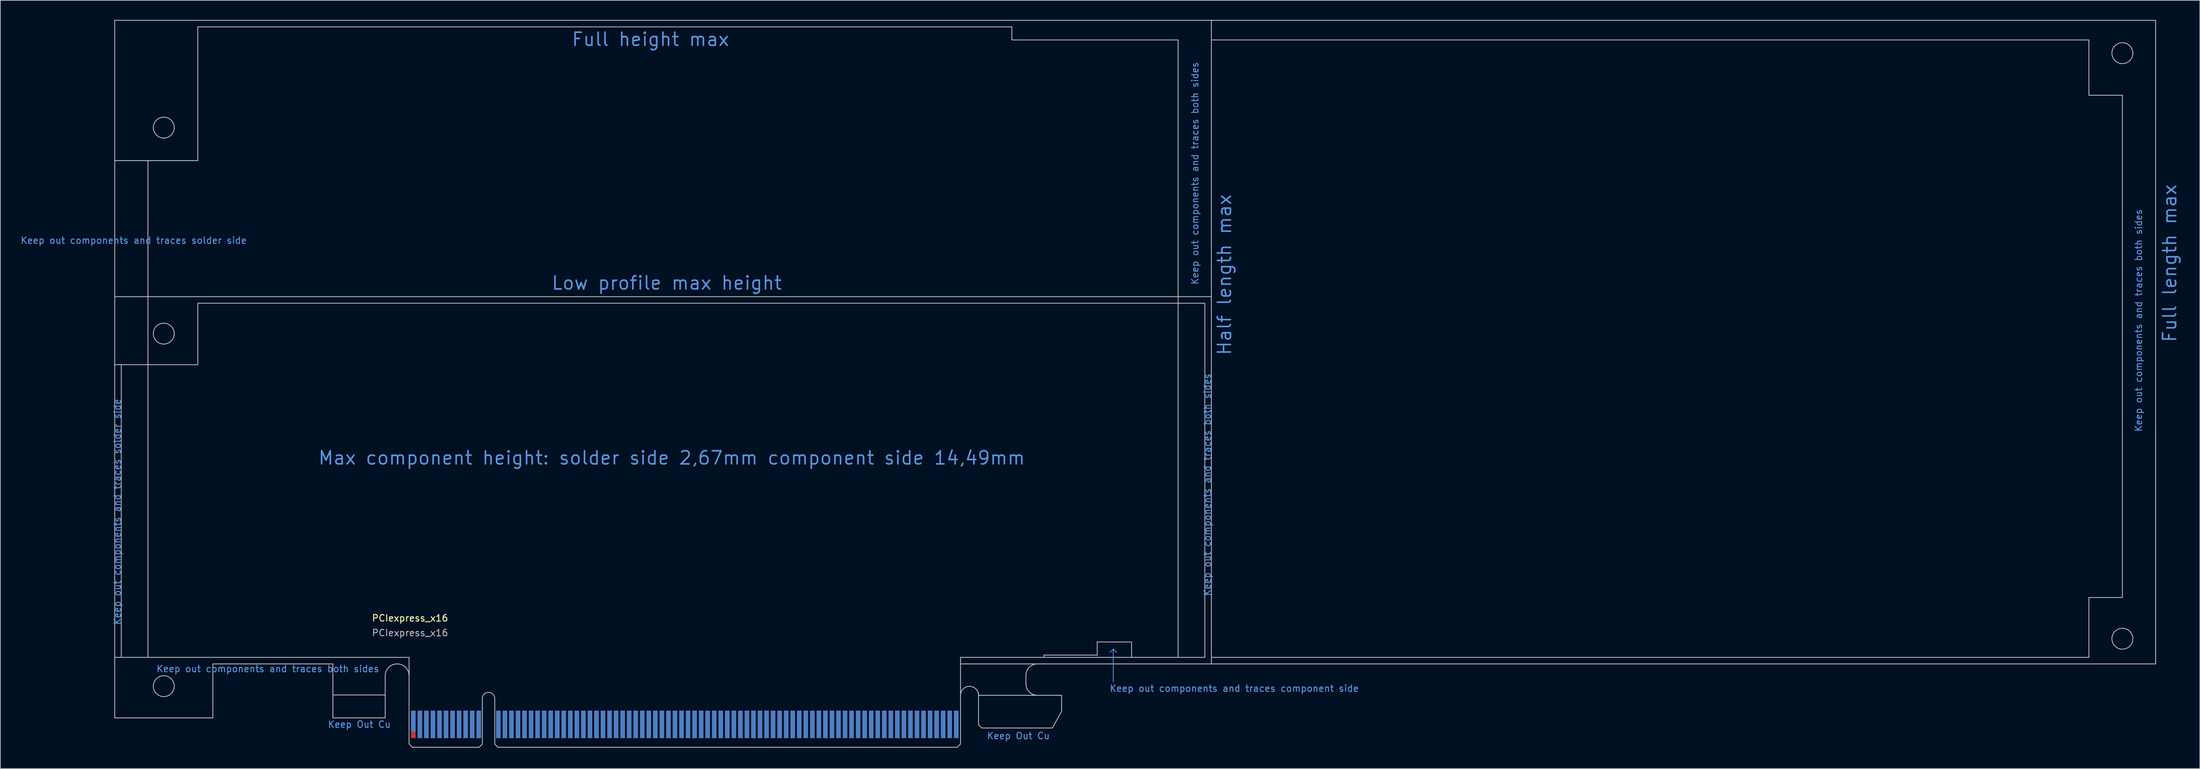
<source format=kicad_pcb>
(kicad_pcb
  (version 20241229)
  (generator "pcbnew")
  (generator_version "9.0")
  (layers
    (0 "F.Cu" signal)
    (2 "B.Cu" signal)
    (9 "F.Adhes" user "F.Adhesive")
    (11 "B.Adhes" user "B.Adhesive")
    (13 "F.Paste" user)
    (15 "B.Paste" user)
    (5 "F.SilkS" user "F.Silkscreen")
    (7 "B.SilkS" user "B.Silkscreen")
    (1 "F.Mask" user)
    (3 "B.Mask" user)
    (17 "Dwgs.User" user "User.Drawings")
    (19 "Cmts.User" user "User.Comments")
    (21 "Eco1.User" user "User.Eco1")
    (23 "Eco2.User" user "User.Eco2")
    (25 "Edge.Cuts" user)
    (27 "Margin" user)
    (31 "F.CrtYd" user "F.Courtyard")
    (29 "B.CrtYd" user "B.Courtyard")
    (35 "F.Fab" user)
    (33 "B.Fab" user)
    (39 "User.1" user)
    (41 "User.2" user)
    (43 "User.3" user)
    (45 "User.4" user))
  (footprint "PCIexpress_x16"
    (layer "F.Cu")
    (at 59.637 111.21)
    (property "Reference" "PCIexpress_x16" (at 0 -19.75 0) (layer "F.SilkS") (effects (font (size 1 1) (thickness 0.15))))
    (attr exclude_from_pos_files exclude_from_bom allow_soldermask_bridges)
    (fp_poly (pts (xy -11.8 -4.5) (xy -11.8 -8) (xy -3.8 -8) (xy -3.8 -4.5)) (stroke (width 0) (type solid)) (fill yes) (layer "F.Mask"))
    (fp_poly (pts (xy -0.25 -5.5) (xy 84.25 -5.5) (xy 84.25 0) (xy -0.25 0)) (stroke (width 0.2) (type solid)) (fill yes) (layer "F.Mask"))
    (fp_poly (pts (xy 86.9 -7.95) (xy 99.6 -7.95) (xy 99.6 -5.5) (xy 98.2 -2.95) (xy 87.4 -2.95) (xy 86.9 -3.45)) (stroke (width 0) (type solid)) (fill yes) (layer "F.Mask"))
    (fp_poly (pts (xy -11.8 -4.5) (xy -11.8 -8) (xy -3.8 -8) (xy -3.8 -4.5)) (stroke (width 0) (type solid)) (fill yes) (layer "B.Mask"))
    (fp_poly (pts (xy -0.25 -5.5) (xy 84.25 -5.5) (xy 84.25 0) (xy -0.25 0)) (stroke (width 0.2) (type solid)) (fill yes) (layer "B.Mask"))
    (fp_poly (pts (xy 86.9 -7.95) (xy 99.6 -7.95) (xy 99.6 -5.5) (xy 98.2 -2.95) (xy 87.4 -2.95) (xy 86.9 -3.45)) (stroke (width 0) (type solid)) (fill yes) (layer "B.Mask"))
    (fp_line (start -45.15 -111.15) (end -45.15 -4.5) (stroke (width 0.12) (type solid)) (layer "Dwgs.User"))
    (fp_line (start -45.15 -111.15) (end 122.5 -111.15) (stroke (width 0.12) (type solid)) (layer "Dwgs.User"))
    (fp_line (start -45.15 -89.7) (end -32.45 -89.7) (stroke (width 0.12) (type solid)) (layer "Dwgs.User"))
    (fp_line (start -45.15 -68.9) (end 122.5 -68.9) (stroke (width 0.12) (type solid)) (layer "Dwgs.User"))
    (fp_line (start -45.15 -58.5) (end -32.45 -58.5) (stroke (width 0.12) (type solid)) (layer "Dwgs.User"))
    (fp_line (start -44.15 -58.5) (end -44.15 -13.75) (stroke (width 0.12) (type solid)) (layer "Dwgs.User"))
    (fp_line (start -40.07 -13.75) (end -40.07 -89.7) (stroke (width 0.12) (type solid)) (layer "Dwgs.User"))
    (fp_line (start -32.45 -110.15) (end -32.45 -89.7) (stroke (width 0.12) (type solid)) (layer "Dwgs.User"))
    (fp_line (start -32.45 -110.15) (end 92 -110.15) (stroke (width 0.12) (type solid)) (layer "Dwgs.User"))
    (fp_line (start -32.45 -67.9) (end 121.5 -67.9) (stroke (width 0.12) (type solid)) (layer "Dwgs.User"))
    (fp_line (start -32.45 -58.5) (end -32.45 -67.9) (stroke (width 0.12) (type solid)) (layer "Dwgs.User"))
    (fp_line (start -30.15 -12.75) (end -11.8 -12.75) (stroke (width 0.12) (type solid)) (layer "Dwgs.User"))
    (fp_line (start -30.15 -4.5) (end -45.15 -4.5) (stroke (width 0.12) (type solid)) (layer "Dwgs.User"))
    (fp_line (start -30.15 -4.5) (end -30.15 -12.75) (stroke (width 0.12) (type solid)) (layer "Dwgs.User"))
    (fp_line (start -11.8 -8) (end -3.8 -8) (stroke (width 0.12) (type solid)) (layer "Dwgs.User"))
    (fp_line (start -11.8 -4.5) (end -11.8 -12.75) (stroke (width 0.12) (type solid)) (layer "Dwgs.User"))
    (fp_line (start -11.8 -4.5) (end -3.8 -4.5) (stroke (width 0.12) (type solid)) (layer "Dwgs.User"))
    (fp_line (start -3.8 -4.5) (end -3.8 -10.925) (stroke (width 0.12) (type solid)) (layer "Dwgs.User"))
    (fp_line (start -0.15 -13.75) (end -45.15 -13.75) (stroke (width 0.12) (type solid)) (layer "Dwgs.User"))
    (fp_line (start -0.15 -10.925) (end -0.15 -13.75) (stroke (width 0.12) (type solid)) (layer "Dwgs.User"))
    (fp_line (start -0.15 -0.5) (end -0.15 -10.925) (stroke (width 0.12) (type solid)) (layer "Dwgs.User"))
    (fp_line (start -0.15 -0.5) (end 0.35 0) (stroke (width 0.12) (type solid)) (layer "Dwgs.User"))
    (fp_line (start 0.35 0) (end 10.55 0) (stroke (width 0.12) (type solid)) (layer "Dwgs.User"))
    (fp_line (start 11.05 -7.45) (end 11.05 -0.5) (stroke (width 0.12) (type solid)) (layer "Dwgs.User"))
    (fp_line (start 11.05 -0.5) (end 10.55 0) (stroke (width 0.12) (type solid)) (layer "Dwgs.User"))
    (fp_line (start 12.95 -7.45) (end 12.95 -0.5) (stroke (width 0.12) (type solid)) (layer "Dwgs.User"))
    (fp_line (start 12.95 -0.5) (end 13.45 0) (stroke (width 0.12) (type solid)) (layer "Dwgs.User"))
    (fp_line (start 13.45 0) (end 83.65 0) (stroke (width 0.12) (type solid)) (layer "Dwgs.User"))
    (fp_line (start 84.15 -13.75) (end 121.5 -13.75) (stroke (width 0.12) (type solid)) (layer "Dwgs.User"))
    (fp_line (start 84.15 -12.75) (end 84.15 -13.75) (stroke (width 0.12) (type solid)) (layer "Dwgs.User"))
    (fp_line (start 84.15 -12.75) (end 122.503 -12.75) (stroke (width 0.12) (type solid)) (layer "Dwgs.User"))
    (fp_line (start 84.15 -0.5) (end 83.65 0) (stroke (width 0.12) (type solid)) (layer "Dwgs.User"))
    (fp_line (start 84.15 -0.5) (end 84.15 -12.75) (stroke (width 0.12) (type solid)) (layer "Dwgs.User"))
    (fp_line (start 86.9 -3.45) (end 86.9 -7.95) (stroke (width 0.12) (type solid)) (layer "Dwgs.User"))
    (fp_line (start 86.9 -3.45) (end 87.4 -2.95) (stroke (width 0.12) (type solid)) (layer "Dwgs.User"))
    (fp_line (start 87.4 -2.95) (end 98.2 -2.95) (stroke (width 0.12) (type solid)) (layer "Dwgs.User"))
    (fp_line (start 92 -110.15) (end 92 -108.15) (stroke (width 0.12) (type solid)) (layer "Dwgs.User"))
    (fp_line (start 92 -108.15) (end 117.42 -108.15) (stroke (width 0.12) (type solid)) (layer "Dwgs.User"))
    (fp_line (start 94.15 -11) (end 94.15 -9.7) (stroke (width 0.12) (type solid)) (layer "Dwgs.User"))
    (fp_line (start 95.9 -7.95) (end 86.9 -7.95) (stroke (width 0.12) (type solid)) (layer "Dwgs.User"))
    (fp_line (start 95.9 -7.95) (end 99.6 -7.95) (stroke (width 0.12) (type solid)) (layer "Dwgs.User"))
    (fp_line (start 96.9 -14.1) (end 96.9 -13.75) (stroke (width 0.12) (type solid)) (layer "Dwgs.User"))
    (fp_line (start 96.9 -14.1) (end 105.05 -14.1) (stroke (width 0.12) (type solid)) (layer "Dwgs.User"))
    (fp_line (start 98.2 -2.95) (end 99.6 -5.5) (stroke (width 0.12) (type solid)) (layer "Dwgs.User"))
    (fp_line (start 99.6 -5.5) (end 99.6 -7.95) (stroke (width 0.12) (type solid)) (layer "Dwgs.User"))
    (fp_line (start 105.05 -16.1) (end 110.3 -16.1) (stroke (width 0.12) (type solid)) (layer "Dwgs.User"))
    (fp_line (start 105.05 -14.1) (end 105.05 -16.1) (stroke (width 0.12) (type solid)) (layer "Dwgs.User"))
    (fp_line (start 110.3 -16.1) (end 110.3 -13.75) (stroke (width 0.12) (type solid)) (layer "Dwgs.User"))
    (fp_line (start 117.42 -108.15) (end 117.42 -13.75) (stroke (width 0.12) (type solid)) (layer "Dwgs.User"))
    (fp_line (start 121.5 -67.9) (end 121.5 -13.75) (stroke (width 0.12) (type solid)) (layer "Dwgs.User"))
    (fp_line (start 122.5 -111.15) (end 122.5 -12.75) (stroke (width 0.12) (type solid)) (layer "Dwgs.User"))
    (fp_line (start 122.5 -111.15) (end 266.85 -111.15) (stroke (width 0.12) (type solid)) (layer "Dwgs.User"))
    (fp_line (start 122.5 -108.15) (end 256.65 -108.15) (stroke (width 0.12) (type solid)) (layer "Dwgs.User"))
    (fp_line (start 122.5 -13.75) (end 256.65 -13.75) (stroke (width 0.12) (type solid)) (layer "Dwgs.User"))
    (fp_line (start 122.503 -12.75) (end 266.853 -12.75) (stroke (width 0.12) (type solid)) (layer "Dwgs.User"))
    (fp_line (start 256.65 -108.15) (end 256.65 -99.7) (stroke (width 0.12) (type solid)) (layer "Dwgs.User"))
    (fp_line (start 256.65 -99.7) (end 261.77 -99.7) (stroke (width 0.12) (type solid)) (layer "Dwgs.User"))
    (fp_line (start 256.65 -22.9) (end 261.77 -22.9) (stroke (width 0.12) (type solid)) (layer "Dwgs.User"))
    (fp_line (start 256.65 -13.75) (end 256.65 -22.9) (stroke (width 0.12) (type solid)) (layer "Dwgs.User"))
    (fp_line (start 261.77 -99.7) (end 261.77 -22.9) (stroke (width 0.12) (type solid)) (layer "Dwgs.User"))
    (fp_line (start 266.85 -111.15) (end 266.853 -12.75) (stroke (width 0.12) (type solid)) (layer "Dwgs.User"))
    (fp_arc (start -3.8 -10.925) (mid -1.975 -12.75) (end -0.15 -10.925) (stroke (width 0.12) (type solid)) (layer "Dwgs.User"))
    (fp_arc (start 11.05 -7.45) (mid 12 -8.4) (end 12.95 -7.45) (stroke (width 0.12) (type solid)) (layer "Dwgs.User"))
    (fp_arc (start 84.15 -7.95) (mid 85.525 -9.325) (end 86.9 -7.95) (stroke (width 0.12) (type solid)) (layer "Dwgs.User"))
    (fp_arc (start 94.15 -11) (mid 94.662563 -12.237437) (end 95.9 -12.75) (stroke (width 0.12) (type solid)) (layer "Dwgs.User"))
    (fp_arc (start 95.9 -7.95) (mid 94.662563 -8.462563) (end 94.15 -9.7) (stroke (width 0.12) (type solid)) (layer "Dwgs.User"))
    (fp_circle (center -37.65 -94.75) (end -36.05 -94.75) (stroke (width 0.12) (type solid)) (fill no) (layer "Dwgs.User"))
    (fp_circle (center -37.65 -63.25) (end -36.05 -63.25) (stroke (width 0.12) (type solid)) (fill no) (layer "Dwgs.User"))
    (fp_circle (center -37.65 -9.35) (end -36.05 -9.35) (stroke (width 0.12) (type solid)) (fill no) (layer "Dwgs.User"))
    (fp_circle (center 261.77 -106.13) (end 263.37 -106.13) (stroke (width 0.12) (type solid)) (fill no) (layer "Dwgs.User"))
    (fp_circle (center 261.77 -16.6) (end 263.37 -16.6) (stroke (width 0.12) (type solid)) (fill no) (layer "Dwgs.User"))
    (fp_line (start 107.5 -15) (end 107 -14.5) (stroke (width 0.12) (type solid)) (layer "Cmts.User"))
    (fp_line (start 107.5 -15) (end 108 -14.5) (stroke (width 0.12) (type solid)) (layer "Cmts.User"))
    (fp_line (start 107.5 -10) (end 107.5 -15) (stroke (width 0.12) (type solid)) (layer "Cmts.User"))
    (fp_text user "Max component height: solder side 2,67mm component side 14,49mm" (at 40 -44.25 0) (layer "Cmts.User") (effects (font (size 2 2) (thickness 0.25))))
    (fp_text user "Low profile max height" (at 39.25 -71 0) (layer "Cmts.User") (effects (font (size 2 2) (thickness 0.25))))
    (fp_text user "Full height max" (at 36.75 -108.25 0) (layer "Cmts.User") (effects (font (size 2 2) (thickness 0.25))))
    (fp_text user "Keep Out Cu" (at 93 -1.75 0) (layer "Cmts.User") (effects (font (size 1 1) (thickness 0.15))))
    (fp_text user "Full length max" (at 269 -74 90) (layer "Cmts.User") (effects (font (size 2 2) (thickness 0.25))))
    (fp_text user "Keep out components and traces both sides" (at 121.893 -40.135 90) (layer "Cmts.User") (effects (font (size 1 1) (thickness 0.15))))
    (fp_text user "Keep out components and traces component side" (at 126 -9 180) (layer "Cmts.User") (effects (font (size 1 1) (thickness 0.15))))
    (fp_text user "Keep out components and traces solder side" (at -42.25 -77.5 180) (layer "Cmts.User") (effects (font (size 1 1) (thickness 0.15))))
    (fp_text user "Half length max" (at 124.5 -72.25 90) (layer "Cmts.User") (effects (font (size 2 2) (thickness 0.25))))
    (fp_text user "Keep out components and traces solder side" (at -44.75 -36 90) (layer "Cmts.User") (effects (font (size 1 1) (thickness 0.15))))
    (fp_text user "Keep out components and traces both sides" (at 120 -87.75 90) (layer "Cmts.User") (effects (font (size 1 1) (thickness 0.15))))
    (fp_text user "Keep out components and traces both sides" (at 264.25 -65.25 90) (layer "Cmts.User") (effects (font (size 1 1) (thickness 0.15))))
    (fp_text user "Keep out components and traces both sides" (at -21.75 -12 0) (layer "Cmts.User") (effects (font (size 1 1) (thickness 0.15))))
    (fp_text user "Keep Out Cu" (at -7.75 -3.5 0) (layer "Cmts.User") (effects (font (size 1 1) (thickness 0.15))))
    (fp_text user "${REFERENCE}" (at 0 -17.5 0) (layer "F.Fab") (effects (font (size 1 1) (thickness 0.15))))
    (pad "A1" connect rect (at 0.5 -4) (size 0.7 3.2) (layers "B.Cu"))
    (pad "A2" connect rect (at 1.5 -3.5) (size 0.7 4.2) (layers "B.Cu"))
    (pad "A3" connect rect (at 2.5 -3.5) (size 0.7 4.2) (layers "B.Cu"))
    (pad "A4" connect rect (at 3.5 -3.5) (size 0.7 4.2) (layers "B.Cu"))
    (pad "A5" connect rect (at 4.5 -3.5) (size 0.7 4.2) (layers "B.Cu"))
    (pad "A6" connect rect (at 5.5 -3.5) (size 0.7 4.2) (layers "B.Cu"))
    (pad "A7" connect rect (at 6.5 -3.5) (size 0.7 4.2) (layers "B.Cu"))
    (pad "A8" connect rect (at 7.5 -3.5) (size 0.7 4.2) (layers "B.Cu"))
    (pad "A9" connect rect (at 8.5 -3.5) (size 0.7 4.2) (layers "B.Cu"))
    (pad "A10" connect rect (at 9.5 -3.5) (size 0.7 4.2) (layers "B.Cu"))
    (pad "A11" connect rect (at 10.5 -3.5) (size 0.7 4.2) (layers "B.Cu"))
    (pad "A12" connect rect (at 13.5 -3.5) (size 0.7 4.2) (layers "B.Cu"))
    (pad "A13" connect rect (at 14.5 -3.5) (size 0.7 4.2) (layers "B.Cu"))
    (pad "A14" connect rect (at 15.5 -3.5) (size 0.7 4.2) (layers "B.Cu"))
    (pad "A15" connect rect (at 16.5 -3.5) (size 0.7 4.2) (layers "B.Cu"))
    (pad "A16" connect rect (at 17.5 -3.5) (size 0.7 4.2) (layers "B.Cu"))
    (pad "A17" connect rect (at 18.5 -3.5) (size 0.7 4.2) (layers "B.Cu"))
    (pad "A18" connect rect (at 19.5 -3.5) (size 0.7 4.2) (layers "B.Cu"))
    (pad "A19" connect rect (at 20.5 -3.5) (size 0.7 4.2) (layers "B.Cu"))
    (pad "A20" connect rect (at 21.5 -3.5) (size 0.7 4.2) (layers "B.Cu"))
    (pad "A21" connect rect (at 22.5 -3.5) (size 0.7 4.2) (layers "B.Cu"))
    (pad "A22" connect rect (at 23.5 -3.5) (size 0.7 4.2) (layers "B.Cu"))
    (pad "A23" connect rect (at 24.5 -3.5) (size 0.7 4.2) (layers "B.Cu"))
    (pad "A24" connect rect (at 25.5 -3.5) (size 0.7 4.2) (layers "B.Cu"))
    (pad "A25" connect rect (at 26.5 -3.5) (size 0.7 4.2) (layers "B.Cu"))
    (pad "A26" connect rect (at 27.5 -3.5) (size 0.7 4.2) (layers "B.Cu"))
    (pad "A27" connect rect (at 28.5 -3.5) (size 0.7 4.2) (layers "B.Cu"))
    (pad "A28" connect rect (at 29.5 -3.5) (size 0.7 4.2) (layers "B.Cu"))
    (pad "A29" connect rect (at 30.5 -3.5) (size 0.7 4.2) (layers "B.Cu"))
    (pad "A30" connect rect (at 31.5 -3.5) (size 0.7 4.2) (layers "B.Cu"))
    (pad "A31" connect rect (at 32.5 -3.5) (size 0.7 4.2) (layers "B.Cu"))
    (pad "A32" connect rect (at 33.5 -3.5) (size 0.7 4.2) (layers "B.Cu"))
    (pad "A33" connect rect (at 34.5 -3.5) (size 0.7 4.2) (layers "B.Cu"))
    (pad "A34" connect rect (at 35.5 -3.5) (size 0.7 4.2) (layers "B.Cu"))
    (pad "A35" connect rect (at 36.5 -3.5) (size 0.7 4.2) (layers "B.Cu"))
    (pad "A36" connect rect (at 37.5 -3.5) (size 0.7 4.2) (layers "B.Cu"))
    (pad "A37" connect rect (at 38.5 -3.5) (size 0.7 4.2) (layers "B.Cu"))
    (pad "A38" connect rect (at 39.5 -3.5) (size 0.7 4.2) (layers "B.Cu"))
    (pad "A39" connect rect (at 40.5 -3.5) (size 0.7 4.2) (layers "B.Cu"))
    (pad "A40" connect rect (at 41.5 -3.5) (size 0.7 4.2) (layers "B.Cu"))
    (pad "A41" connect rect (at 42.5 -3.5) (size 0.7 4.2) (layers "B.Cu"))
    (pad "A42" connect rect (at 43.5 -3.5) (size 0.7 4.2) (layers "B.Cu"))
    (pad "A43" connect rect (at 44.5 -3.5) (size 0.7 4.2) (layers "B.Cu"))
    (pad "A44" connect rect (at 45.5 -3.5) (size 0.7 4.2) (layers "B.Cu"))
    (pad "A45" connect rect (at 46.5 -3.5) (size 0.7 4.2) (layers "B.Cu"))
    (pad "A46" connect rect (at 47.5 -3.5) (size 0.7 4.2) (layers "B.Cu"))
    (pad "A47" connect rect (at 48.5 -3.5) (size 0.7 4.2) (layers "B.Cu"))
    (pad "A48" connect rect (at 49.5 -3.5) (size 0.7 4.2) (layers "B.Cu"))
    (pad "A49" connect rect (at 50.5 -3.5) (size 0.7 4.2) (layers "B.Cu"))
    (pad "A50" connect rect (at 51.5 -3.5) (size 0.7 4.2) (layers "B.Cu"))
    (pad "A51" connect rect (at 52.5 -3.5) (size 0.7 4.2) (layers "B.Cu"))
    (pad "A52" connect rect (at 53.5 -3.5) (size 0.7 4.2) (layers "B.Cu"))
    (pad "A53" connect rect (at 54.5 -3.5) (size 0.7 4.2) (layers "B.Cu"))
    (pad "A54" connect rect (at 55.5 -3.5) (size 0.7 4.2) (layers "B.Cu"))
    (pad "A55" connect rect (at 56.5 -3.5) (size 0.7 4.2) (layers "B.Cu"))
    (pad "A56" connect rect (at 57.5 -3.5) (size 0.7 4.2) (layers "B.Cu"))
    (pad "A57" connect rect (at 58.5 -3.5) (size 0.7 4.2) (layers "B.Cu"))
    (pad "A58" connect rect (at 59.5 -3.5) (size 0.7 4.2) (layers "B.Cu"))
    (pad "A59" connect rect (at 60.5 -3.5) (size 0.7 4.2) (layers "B.Cu"))
    (pad "A60" connect rect (at 61.5 -3.5) (size 0.7 4.2) (layers "B.Cu"))
    (pad "A61" connect rect (at 62.5 -3.5) (size 0.7 4.2) (layers "B.Cu"))
    (pad "A62" connect rect (at 63.5 -3.5) (size 0.7 4.2) (layers "B.Cu"))
    (pad "A63" connect rect (at 64.5 -3.5) (size 0.7 4.2) (layers "B.Cu"))
    (pad "A64" connect rect (at 65.5 -3.5) (size 0.7 4.2) (layers "B.Cu"))
    (pad "A65" connect rect (at 66.5 -3.5) (size 0.7 4.2) (layers "B.Cu"))
    (pad "A66" connect rect (at 67.5 -3.5) (size 0.7 4.2) (layers "B.Cu"))
    (pad "A67" connect rect (at 68.5 -3.5) (size 0.7 4.2) (layers "B.Cu"))
    (pad "A68" connect rect (at 69.5 -3.5) (size 0.7 4.2) (layers "B.Cu"))
    (pad "A69" connect rect (at 70.5 -3.5) (size 0.7 4.2) (layers "B.Cu"))
    (pad "A70" connect rect (at 71.5 -3.5) (size 0.7 4.2) (layers "B.Cu"))
    (pad "A71" connect rect (at 72.5 -3.5) (size 0.7 4.2) (layers "B.Cu"))
    (pad "A72" connect rect (at 73.5 -3.5) (size 0.7 4.2) (layers "B.Cu"))
    (pad "A73" connect rect (at 74.5 -3.5) (size 0.7 4.2) (layers "B.Cu"))
    (pad "A74" connect rect (at 75.5 -3.5) (size 0.7 4.2) (layers "B.Cu"))
    (pad "A75" connect rect (at 76.5 -3.5) (size 0.7 4.2) (layers "B.Cu"))
    (pad "A76" connect rect (at 77.5 -3.5) (size 0.7 4.2) (layers "B.Cu"))
    (pad "A77" connect rect (at 78.5 -3.5) (size 0.7 4.2) (layers "B.Cu"))
    (pad "A78" connect rect (at 79.5 -3.5) (size 0.7 4.2) (layers "B.Cu"))
    (pad "A79" connect rect (at 80.5 -3.5) (size 0.7 4.2) (layers "B.Cu"))
    (pad "A80" connect rect (at 81.5 -3.5) (size 0.7 4.2) (layers "B.Cu"))
    (pad "A81" connect rect (at 82.5 -3.5) (size 0.7 4.2) (layers "B.Cu"))
    (pad "A82" connect rect (at 83.5 -3.5) (size 0.7 4.2) (layers "B.Cu"))
    (pad "B1" connect rect (at 0.5 -3.5) (size 0.7 4.2) (layers "F.Cu"))
    (pad "B2" connect rect (at 1.5 -3.5) (size 0.7 4.2) (layers "F.Cu"))
    (pad "B3" connect rect (at 2.5 -3.5) (size 0.7 4.2) (layers "F.Cu"))
    (pad "B4" connect rect (at 3.5 -3.5) (size 0.7 4.2) (layers "F.Cu"))
    (pad "B5" connect rect (at 4.5 -3.5) (size 0.7 4.2) (layers "F.Cu"))
    (pad "B6" connect rect (at 5.5 -3.5) (size 0.7 4.2) (layers "F.Cu"))
    (pad "B7" connect rect (at 6.5 -3.5) (size 0.7 4.2) (layers "F.Cu"))
    (pad "B8" connect rect (at 7.5 -3.5) (size 0.7 4.2) (layers "F.Cu"))
    (pad "B9" connect rect (at 8.5 -3.5) (size 0.7 4.2) (layers "F.Cu"))
    (pad "B10" connect rect (at 9.5 -3.5) (size 0.7 4.2) (layers "F.Cu"))
    (pad "B11" connect rect (at 10.5 -3.5) (size 0.7 4.2) (layers "F.Cu"))
    (pad "B12" connect rect (at 13.5 -3.5) (size 0.7 4.2) (layers "F.Cu"))
    (pad "B13" connect rect (at 14.5 -3.5) (size 0.7 4.2) (layers "F.Cu"))
    (pad "B14" connect rect (at 15.5 -3.5) (size 0.7 4.2) (layers "F.Cu"))
    (pad "B15" connect rect (at 16.5 -3.5) (size 0.7 4.2) (layers "F.Cu"))
    (pad "B16" connect rect (at 17.5 -3.5) (size 0.7 4.2) (layers "F.Cu"))
    (pad "B17" connect rect (at 18.5 -4) (size 0.7 3.2) (layers "F.Cu"))
    (pad "B18" connect rect (at 19.5 -3.5) (size 0.7 4.2) (layers "F.Cu"))
    (pad "B19" connect rect (at 20.5 -3.5) (size 0.7 4.2) (layers "F.Cu"))
    (pad "B20" connect rect (at 21.5 -3.5) (size 0.7 4.2) (layers "F.Cu"))
    (pad "B21" connect rect (at 22.5 -3.5) (size 0.7 4.2) (layers "F.Cu"))
    (pad "B22" connect rect (at 23.5 -3.5) (size 0.7 4.2) (layers "F.Cu"))
    (pad "B23" connect rect (at 24.5 -3.5) (size 0.7 4.2) (layers "F.Cu"))
    (pad "B24" connect rect (at 25.5 -3.5) (size 0.7 4.2) (layers "F.Cu"))
    (pad "B25" connect rect (at 26.5 -3.5) (size 0.7 4.2) (layers "F.Cu"))
    (pad "B26" connect rect (at 27.5 -3.5) (size 0.7 4.2) (layers "F.Cu"))
    (pad "B27" connect rect (at 28.5 -3.5) (size 0.7 4.2) (layers "F.Cu"))
    (pad "B28" connect rect (at 29.5 -3.5) (size 0.7 4.2) (layers "F.Cu"))
    (pad "B29" connect rect (at 30.5 -3.5) (size 0.7 4.2) (layers "F.Cu"))
    (pad "B30" connect rect (at 31.5 -3.5) (size 0.7 4.2) (layers "F.Cu"))
    (pad "B31" connect rect (at 32.5 -4) (size 0.7 3.2) (layers "F.Cu"))
    (pad "B32" connect rect (at 33.5 -3.5) (size 0.7 4.2) (layers "F.Cu"))
    (pad "B33" connect rect (at 34.5 -3.5) (size 0.7 4.2) (layers "F.Cu"))
    (pad "B34" connect rect (at 35.5 -3.5) (size 0.7 4.2) (layers "F.Cu"))
    (pad "B35" connect rect (at 36.5 -3.5) (size 0.7 4.2) (layers "F.Cu"))
    (pad "B36" connect rect (at 37.5 -3.5) (size 0.7 4.2) (layers "F.Cu"))
    (pad "B37" connect rect (at 38.5 -3.5) (size 0.7 4.2) (layers "F.Cu"))
    (pad "B38" connect rect (at 39.5 -3.5) (size 0.7 4.2) (layers "F.Cu"))
    (pad "B39" connect rect (at 40.5 -3.5) (size 0.7 4.2) (layers "F.Cu"))
    (pad "B40" connect rect (at 41.5 -3.5) (size 0.7 4.2) (layers "F.Cu"))
    (pad "B41" connect rect (at 42.5 -3.5) (size 0.7 4.2) (layers "F.Cu"))
    (pad "B42" connect rect (at 43.5 -3.5) (size 0.7 4.2) (layers "F.Cu"))
    (pad "B43" connect rect (at 44.5 -3.5) (size 0.7 4.2) (layers "F.Cu"))
    (pad "B44" connect rect (at 45.5 -3.5) (size 0.7 4.2) (layers "F.Cu"))
    (pad "B45" connect rect (at 46.5 -3.5) (size 0.7 4.2) (layers "F.Cu"))
    (pad "B46" connect rect (at 47.5 -3.5) (size 0.7 4.2) (layers "F.Cu"))
    (pad "B47" connect rect (at 48.5 -3.5) (size 0.7 4.2) (layers "F.Cu"))
    (pad "B48" connect rect (at 49.5 -4) (size 0.7 3.2) (layers "F.Cu"))
    (pad "B49" connect rect (at 50.5 -3.5) (size 0.7 4.2) (layers "F.Cu"))
    (pad "B50" connect rect (at 51.5 -3.5) (size 0.7 4.2) (layers "F.Cu"))
    (pad "B51" connect rect (at 52.5 -3.5) (size 0.7 4.2) (layers "F.Cu"))
    (pad "B52" connect rect (at 53.5 -3.5) (size 0.7 4.2) (layers "F.Cu"))
    (pad "B53" connect rect (at 54.5 -3.5) (size 0.7 4.2) (layers "F.Cu"))
    (pad "B54" connect rect (at 55.5 -3.5) (size 0.7 4.2) (layers "F.Cu"))
    (pad "B55" connect rect (at 56.5 -3.5) (size 0.7 4.2) (layers "F.Cu"))
    (pad "B56" connect rect (at 57.5 -3.5) (size 0.7 4.2) (layers "F.Cu"))
    (pad "B57" connect rect (at 58.5 -3.5) (size 0.7 4.2) (layers "F.Cu"))
    (pad "B58" connect rect (at 59.5 -3.5) (size 0.7 4.2) (layers "F.Cu"))
    (pad "B59" connect rect (at 60.5 -3.5) (size 0.7 4.2) (layers "F.Cu"))
    (pad "B60" connect rect (at 61.5 -3.5) (size 0.7 4.2) (layers "F.Cu"))
    (pad "B61" connect rect (at 62.5 -3.5) (size 0.7 4.2) (layers "F.Cu"))
    (pad "B62" connect rect (at 63.5 -3.5) (size 0.7 4.2) (layers "F.Cu"))
    (pad "B63" connect rect (at 64.5 -3.5) (size 0.7 4.2) (layers "F.Cu"))
    (pad "B64" connect rect (at 65.5 -3.5) (size 0.7 4.2) (layers "F.Cu"))
    (pad "B65" connect rect (at 66.5 -3.5) (size 0.7 4.2) (layers "F.Cu"))
    (pad "B66" connect rect (at 67.5 -3.5) (size 0.7 4.2) (layers "F.Cu"))
    (pad "B67" connect rect (at 68.5 -3.5) (size 0.7 4.2) (layers "F.Cu"))
    (pad "B68" connect rect (at 69.5 -3.5) (size 0.7 4.2) (layers "F.Cu"))
    (pad "B69" connect rect (at 70.5 -3.5) (size 0.7 4.2) (layers "F.Cu"))
    (pad "B70" connect rect (at 71.5 -3.5) (size 0.7 4.2) (layers "F.Cu"))
    (pad "B71" connect rect (at 72.5 -3.5) (size 0.7 4.2) (layers "F.Cu"))
    (pad "B72" connect rect (at 73.5 -3.5) (size 0.7 4.2) (layers "F.Cu"))
    (pad "B73" connect rect (at 74.5 -3.5) (size 0.7 4.2) (layers "F.Cu"))
    (pad "B74" connect rect (at 75.5 -3.5) (size 0.7 4.2) (layers "F.Cu"))
    (pad "B75" connect rect (at 76.5 -3.5) (size 0.7 4.2) (layers "F.Cu"))
    (pad "B76" connect rect (at 77.5 -3.5) (size 0.7 4.2) (layers "F.Cu"))
    (pad "B77" connect rect (at 78.5 -3.5) (size 0.7 4.2) (layers "F.Cu"))
    (pad "B78" connect rect (at 79.5 -3.5) (size 0.7 4.2) (layers "F.Cu"))
    (pad "B79" connect rect (at 80.5 -3.5) (size 0.7 4.2) (layers "F.Cu"))
    (pad "B80" connect rect (at 81.5 -3.5) (size 0.7 4.2) (layers "F.Cu"))
    (pad "B81" connect rect (at 82.5 -4) (size 0.7 3.2) (layers "F.Cu"))
    (pad "B82" connect rect (at 83.5 -3.5) (size 0.7 4.2) (layers "F.Cu")))
  (gr_rect
    (start -3 -3)
    (end 333.246 114.46)
    (stroke (width 0.1) (type default))
    (fill no)
    (layer "Edge.Cuts")))
</source>
